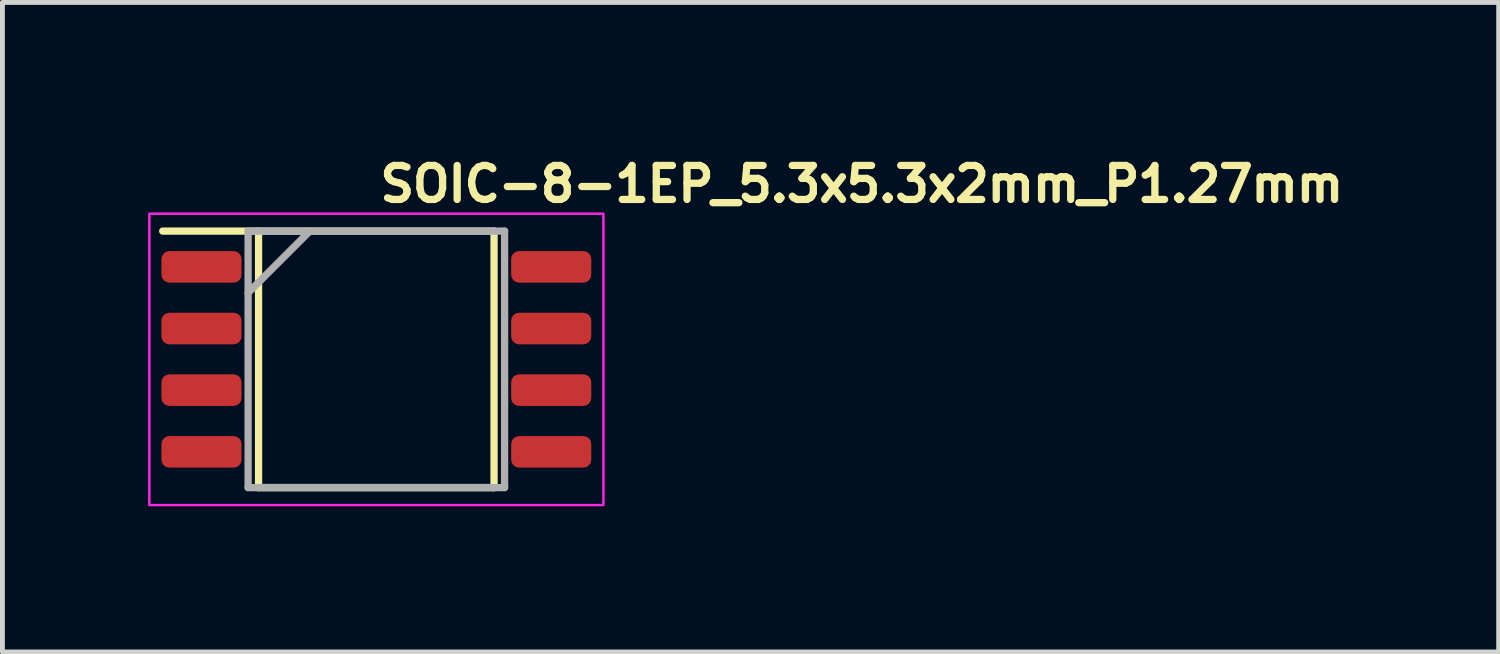
<source format=kicad_pcb>
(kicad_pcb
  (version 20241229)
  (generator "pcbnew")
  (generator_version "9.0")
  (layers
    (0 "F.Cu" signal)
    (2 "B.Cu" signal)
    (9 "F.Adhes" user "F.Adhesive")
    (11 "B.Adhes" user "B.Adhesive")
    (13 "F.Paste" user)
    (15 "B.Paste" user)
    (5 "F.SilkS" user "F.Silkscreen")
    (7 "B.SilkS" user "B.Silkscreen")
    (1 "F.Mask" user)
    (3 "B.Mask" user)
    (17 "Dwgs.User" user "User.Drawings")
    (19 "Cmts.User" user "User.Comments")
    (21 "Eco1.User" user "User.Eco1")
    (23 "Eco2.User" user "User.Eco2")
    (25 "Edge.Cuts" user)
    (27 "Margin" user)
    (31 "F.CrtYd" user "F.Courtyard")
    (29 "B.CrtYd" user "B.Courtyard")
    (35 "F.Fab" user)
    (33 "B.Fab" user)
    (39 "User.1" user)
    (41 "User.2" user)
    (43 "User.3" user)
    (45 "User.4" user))
  (footprint "SOIC-8-1EP_5.3x5.3x2mm_P1.27mm"
    (layer "F.Cu")
    (at 4.7 4.35)
    (property "Reference" "SOIC-8-1EP_5.3x5.3x2mm_P1.27mm" (at -0.002 -3.2 0) (layer "F.SilkS") (effects (font (size 0.7 0.7) (thickness 0.15)) (justify left bottom)))
    (attr smd)
    (fp_line (start -4.4 -2.641) (end 2.423 -2.641) (stroke (width 0.15) (type solid)) (layer "F.SilkS"))
    (fp_line (start -2.426 2.64) (end -2.426 -2.641) (stroke (width 0.15) (type solid)) (layer "F.SilkS"))
    (fp_line (start 2.423 -2.641) (end 2.423 2.64) (stroke (width 0.15) (type solid)) (layer "F.SilkS"))
    (fp_line (start 2.423 2.64) (end -2.426 2.64) (stroke (width 0.15) (type solid)) (layer "F.SilkS"))
    (fp_rect (start 4.675 -3) (end -4.675 3) (stroke (width 0.05) (type solid)) (fill no) (layer "F.CrtYd"))
    (fp_line (start -2.641 -2.641) (end 2.64 -2.641) (stroke (width 0.15) (type solid)) (layer "F.Fab"))
    (fp_line (start -2.641 -1.371) (end -1.371 -2.641) (stroke (width 0.15) (type solid)) (layer "F.Fab"))
    (fp_line (start -2.641 2.64) (end -2.641 -2.641) (stroke (width 0.15) (type solid)) (layer "F.Fab"))
    (fp_line (start 2.64 -2.641) (end 2.64 2.64) (stroke (width 0.15) (type solid)) (layer "F.Fab"))
    (fp_line (start 2.64 2.64) (end -2.641 2.64) (stroke (width 0.15) (type solid)) (layer "F.Fab"))
    (fp_rect (start -3.951 -2.617) (end 3.95 2.615) (stroke (width 0.1) (type solid)) (fill no) (layer "User.5"))
    (fp_line (start -3.951 -2.113) (end -3.604 -2.113) (stroke (width 0.02) (type solid)) (layer "User.9"))
    (fp_line (start -3.951 -1.698) (end -3.951 -2.113) (stroke (width 0.02) (type solid)) (layer "User.9"))
    (fp_line (start -3.951 -1.698) (end -3.604 -1.698) (stroke (width 0.02) (type solid)) (layer "User.9"))
    (fp_line (start -3.951 -0.843) (end -3.604 -0.843) (stroke (width 0.02) (type solid)) (layer "User.9"))
    (fp_line (start -3.951 -0.428) (end -3.951 -0.843) (stroke (width 0.02) (type solid)) (layer "User.9"))
    (fp_line (start -3.951 -0.428) (end -3.604 -0.428) (stroke (width 0.02) (type solid)) (layer "User.9"))
    (fp_line (start -3.951 0.426) (end -3.604 0.426) (stroke (width 0.02) (type solid)) (layer "User.9"))
    (fp_line (start -3.951 0.841) (end -3.951 0.426) (stroke (width 0.02) (type solid)) (layer "User.9"))
    (fp_line (start -3.951 0.841) (end -3.604 0.841) (stroke (width 0.02) (type solid)) (layer "User.9"))
    (fp_line (start -3.951 1.697) (end -3.604 1.697) (stroke (width 0.02) (type solid)) (layer "User.9"))
    (fp_line (start -3.951 2.112) (end -3.951 1.697) (stroke (width 0.02) (type solid)) (layer "User.9"))
    (fp_line (start -3.951 2.112) (end -3.604 2.112) (stroke (width 0.02) (type solid)) (layer "User.9"))
    (fp_line (start -3.604 -2.113) (end -3.521 -2.113) (stroke (width 0.02) (type solid)) (layer "User.9"))
    (fp_line (start -3.604 -1.698) (end -3.521 -1.698) (stroke (width 0.02) (type solid)) (layer "User.9"))
    (fp_line (start -3.604 -0.843) (end -3.521 -0.843) (stroke (width 0.02) (type solid)) (layer "User.9"))
    (fp_line (start -3.604 -0.428) (end -3.521 -0.428) (stroke (width 0.02) (type solid)) (layer "User.9"))
    (fp_line (start -3.604 0.426) (end -3.521 0.426) (stroke (width 0.02) (type solid)) (layer "User.9"))
    (fp_line (start -3.604 0.841) (end -3.521 0.841) (stroke (width 0.02) (type solid)) (layer "User.9"))
    (fp_line (start -3.604 1.697) (end -3.521 1.697) (stroke (width 0.02) (type solid)) (layer "User.9"))
    (fp_line (start -3.604 2.112) (end -3.521 2.112) (stroke (width 0.02) (type solid)) (layer "User.9"))
    (fp_line (start -3.521 -2.113) (end -2.811 -2.113) (stroke (width 0.02) (type solid)) (layer "User.9"))
    (fp_line (start -3.521 -1.698) (end -2.811 -1.698) (stroke (width 0.02) (type solid)) (layer "User.9"))
    (fp_line (start -3.521 -0.843) (end -2.811 -0.843) (stroke (width 0.02) (type solid)) (layer "User.9"))
    (fp_line (start -3.521 -0.428) (end -2.811 -0.428) (stroke (width 0.02) (type solid)) (layer "User.9"))
    (fp_line (start -3.521 0.426) (end -2.811 0.426) (stroke (width 0.02) (type solid)) (layer "User.9"))
    (fp_line (start -3.521 0.841) (end -2.811 0.841) (stroke (width 0.02) (type solid)) (layer "User.9"))
    (fp_line (start -3.521 1.697) (end -2.811 1.697) (stroke (width 0.02) (type solid)) (layer "User.9"))
    (fp_line (start -3.521 2.112) (end -2.811 2.112) (stroke (width 0.02) (type solid)) (layer "User.9"))
    (fp_line (start -2.811 -2.113) (end -2.73 -2.113) (stroke (width 0.02) (type solid)) (layer "User.9"))
    (fp_line (start -2.811 -1.698) (end -2.73 -1.698) (stroke (width 0.02) (type solid)) (layer "User.9"))
    (fp_line (start -2.811 -0.843) (end -2.73 -0.843) (stroke (width 0.02) (type solid)) (layer "User.9"))
    (fp_line (start -2.811 -0.428) (end -2.73 -0.428) (stroke (width 0.02) (type solid)) (layer "User.9"))
    (fp_line (start -2.811 0.426) (end -2.73 0.426) (stroke (width 0.02) (type solid)) (layer "User.9"))
    (fp_line (start -2.811 0.841) (end -2.73 0.841) (stroke (width 0.02) (type solid)) (layer "User.9"))
    (fp_line (start -2.811 1.697) (end -2.73 1.697) (stroke (width 0.02) (type solid)) (layer "User.9"))
    (fp_line (start -2.811 2.112) (end -2.73 2.112) (stroke (width 0.02) (type solid)) (layer "User.9"))
    (fp_line (start -2.73 -2.113) (end -2.617 -2.113) (stroke (width 0.02) (type solid)) (layer "User.9"))
    (fp_line (start -2.73 -1.698) (end -2.617 -1.698) (stroke (width 0.02) (type solid)) (layer "User.9"))
    (fp_line (start -2.73 -0.843) (end -2.617 -0.843) (stroke (width 0.02) (type solid)) (layer "User.9"))
    (fp_line (start -2.73 -0.428) (end -2.617 -0.428) (stroke (width 0.02) (type solid)) (layer "User.9"))
    (fp_line (start -2.73 0.426) (end -2.617 0.426) (stroke (width 0.02) (type solid)) (layer "User.9"))
    (fp_line (start -2.73 0.841) (end -2.617 0.841) (stroke (width 0.02) (type solid)) (layer "User.9"))
    (fp_line (start -2.73 1.697) (end -2.617 1.697) (stroke (width 0.02) (type solid)) (layer "User.9"))
    (fp_line (start -2.73 2.112) (end -2.617 2.112) (stroke (width 0.02) (type solid)) (layer "User.9"))
    (fp_line (start -2.617 -2.617) (end -2.493 -2.493) (stroke (width 0.02) (type solid)) (layer "User.9"))
    (fp_line (start -2.617 -2.617) (end 2.615 -2.617) (stroke (width 0.02) (type solid)) (layer "User.9"))
    (fp_line (start -2.617 -1.698) (end -2.617 -2.113) (stroke (width 0.02) (type solid)) (layer "User.9"))
    (fp_line (start -2.617 -0.428) (end -2.617 -0.843) (stroke (width 0.02) (type solid)) (layer "User.9"))
    (fp_line (start -2.617 0.841) (end -2.617 0.426) (stroke (width 0.02) (type solid)) (layer "User.9"))
    (fp_line (start -2.617 2.112) (end -2.617 1.697) (stroke (width 0.02) (type solid)) (layer "User.9"))
    (fp_line (start -2.617 2.615) (end -2.617 -2.617) (stroke (width 0.02) (type solid)) (layer "User.9"))
    (fp_line (start -2.617 2.615) (end -2.493 2.491) (stroke (width 0.02) (type solid)) (layer "User.9"))
    (fp_line (start -2.617 2.615) (end 2.615 2.615) (stroke (width 0.02) (type solid)) (layer "User.9"))
    (fp_line (start -2.493 -2.493) (end -2.424 -2.424) (stroke (width 0.02) (type solid)) (layer "User.9"))
    (fp_line (start -2.493 2.491) (end -2.424 2.422) (stroke (width 0.02) (type solid)) (layer "User.9"))
    (fp_line (start -2.089 -1.762) (end -2.089 -1.762) (stroke (width 0.02) (type solid)) (layer "User.9"))
    (fp_line (start -2.089 -1.762) (end -2.088 -1.744) (stroke (width 0.02) (type solid)) (layer "User.9"))
    (fp_line (start -2.088 -1.778) (end -2.089 -1.762) (stroke (width 0.02) (type solid)) (layer "User.9"))
    (fp_line (start -2.088 -1.744) (end -2.086 -1.728) (stroke (width 0.02) (type solid)) (layer "User.9"))
    (fp_line (start -2.086 -1.795) (end -2.088 -1.778) (stroke (width 0.02) (type solid)) (layer "User.9"))
    (fp_line (start -2.086 -1.728) (end -2.085 -1.712) (stroke (width 0.02) (type solid)) (layer "User.9"))
    (fp_line (start -2.085 -1.811) (end -2.086 -1.795) (stroke (width 0.02) (type solid)) (layer "User.9"))
    (fp_line (start -2.085 -1.712) (end -2.081 -1.696) (stroke (width 0.02) (type solid)) (layer "User.9"))
    (fp_line (start -2.081 -1.827) (end -2.085 -1.811) (stroke (width 0.02) (type solid)) (layer "User.9"))
    (fp_line (start -2.081 -1.696) (end -2.078 -1.68) (stroke (width 0.02) (type solid)) (layer "User.9"))
    (fp_line (start -2.078 -1.843) (end -2.081 -1.827) (stroke (width 0.02) (type solid)) (layer "User.9"))
    (fp_line (start -2.078 -1.68) (end -2.073 -1.665) (stroke (width 0.02) (type solid)) (layer "User.9"))
    (fp_line (start -2.073 -1.859) (end -2.078 -1.843) (stroke (width 0.02) (type solid)) (layer "User.9"))
    (fp_line (start -2.073 -1.665) (end -2.069 -1.649) (stroke (width 0.02) (type solid)) (layer "User.9"))
    (fp_line (start -2.069 -1.873) (end -2.073 -1.859) (stroke (width 0.02) (type solid)) (layer "User.9"))
    (fp_line (start -2.069 -1.649) (end -2.062 -1.635) (stroke (width 0.02) (type solid)) (layer "User.9"))
    (fp_line (start -2.062 -1.889) (end -2.069 -1.873) (stroke (width 0.02) (type solid)) (layer "User.9"))
    (fp_line (start -2.062 -1.635) (end -2.057 -1.619) (stroke (width 0.02) (type solid)) (layer "User.9"))
    (fp_line (start -2.057 -1.903) (end -2.062 -1.889) (stroke (width 0.02) (type solid)) (layer "User.9"))
    (fp_line (start -2.057 -1.619) (end -2.048 -1.605) (stroke (width 0.02) (type solid)) (layer "User.9"))
    (fp_line (start -2.048 -1.917) (end -2.057 -1.903) (stroke (width 0.02) (type solid)) (layer "User.9"))
    (fp_line (start -2.048 -1.605) (end -2.041 -1.593) (stroke (width 0.02) (type solid)) (layer "User.9"))
    (fp_line (start -2.041 -1.93) (end -2.048 -1.917) (stroke (width 0.02) (type solid)) (layer "User.9"))
    (fp_line (start -2.041 -1.593) (end -2.032 -1.579) (stroke (width 0.02) (type solid)) (layer "User.9"))
    (fp_line (start -2.032 -1.944) (end -2.041 -1.93) (stroke (width 0.02) (type solid)) (layer "User.9"))
    (fp_line (start -2.032 -1.579) (end -2.024 -1.565) (stroke (width 0.02) (type solid)) (layer "User.9"))
    (fp_line (start -2.024 -1.958) (end -2.032 -1.944) (stroke (width 0.02) (type solid)) (layer "User.9"))
    (fp_line (start -2.024 -1.565) (end -2.013 -1.553) (stroke (width 0.02) (type solid)) (layer "User.9"))
    (fp_line (start -2.013 -1.97) (end -2.024 -1.958) (stroke (width 0.02) (type solid)) (layer "User.9"))
    (fp_line (start -2.013 -1.553) (end -2.004 -1.541) (stroke (width 0.02) (type solid)) (layer "User.9"))
    (fp_line (start -2.004 -1.982) (end -2.013 -1.97) (stroke (width 0.02) (type solid)) (layer "User.9"))
    (fp_line (start -2.004 -1.541) (end -1.992 -1.53) (stroke (width 0.02) (type solid)) (layer "User.9"))
    (fp_line (start -1.992 -1.992) (end -2.004 -1.982) (stroke (width 0.02) (type solid)) (layer "User.9"))
    (fp_line (start -1.992 -1.53) (end -1.982 -1.52) (stroke (width 0.02) (type solid)) (layer "User.9"))
    (fp_line (start -1.982 -2.004) (end -1.992 -1.992) (stroke (width 0.02) (type solid)) (layer "User.9"))
    (fp_line (start -1.982 -1.52) (end -1.97 -1.51) (stroke (width 0.02) (type solid)) (layer "User.9"))
    (fp_line (start -1.97 -2.013) (end -1.982 -2.004) (stroke (width 0.02) (type solid)) (layer "User.9"))
    (fp_line (start -1.97 -1.51) (end -1.958 -1.5) (stroke (width 0.02) (type solid)) (layer "User.9"))
    (fp_line (start -1.958 -2.024) (end -1.97 -2.013) (stroke (width 0.02) (type solid)) (layer "User.9"))
    (fp_line (start -1.958 -1.5) (end -1.944 -1.49) (stroke (width 0.02) (type solid)) (layer "User.9"))
    (fp_line (start -1.944 -2.032) (end -1.958 -2.024) (stroke (width 0.02) (type solid)) (layer "User.9"))
    (fp_line (start -1.944 -1.49) (end -1.93 -1.482) (stroke (width 0.02) (type solid)) (layer "User.9"))
    (fp_line (start -1.93 -2.041) (end -1.944 -2.032) (stroke (width 0.02) (type solid)) (layer "User.9"))
    (fp_line (start -1.93 -1.482) (end -1.917 -1.474) (stroke (width 0.02) (type solid)) (layer "User.9"))
    (fp_line (start -1.917 -2.048) (end -1.93 -2.041) (stroke (width 0.02) (type solid)) (layer "User.9"))
    (fp_line (start -1.917 -1.474) (end -1.903 -1.466) (stroke (width 0.02) (type solid)) (layer "User.9"))
    (fp_line (start -1.903 -2.057) (end -1.917 -2.048) (stroke (width 0.02) (type solid)) (layer "User.9"))
    (fp_line (start -1.903 -1.466) (end -1.889 -1.46) (stroke (width 0.02) (type solid)) (layer "User.9"))
    (fp_line (start -1.889 -2.062) (end -1.903 -2.057) (stroke (width 0.02) (type solid)) (layer "User.9"))
    (fp_line (start -1.889 -1.46) (end -1.873 -1.454) (stroke (width 0.02) (type solid)) (layer "User.9"))
    (fp_line (start -1.873 -2.069) (end -1.889 -2.062) (stroke (width 0.02) (type solid)) (layer "User.9"))
    (fp_line (start -1.873 -1.454) (end -1.859 -1.45) (stroke (width 0.02) (type solid)) (layer "User.9"))
    (fp_line (start -1.859 -2.073) (end -1.873 -2.069) (stroke (width 0.02) (type solid)) (layer "User.9"))
    (fp_line (start -1.859 -1.45) (end -1.843 -1.444) (stroke (width 0.02) (type solid)) (layer "User.9"))
    (fp_line (start -1.843 -2.078) (end -1.859 -2.073) (stroke (width 0.02) (type solid)) (layer "User.9"))
    (fp_line (start -1.843 -1.444) (end -1.827 -1.442) (stroke (width 0.02) (type solid)) (layer "User.9"))
    (fp_line (start -1.827 -2.081) (end -1.843 -2.078) (stroke (width 0.02) (type solid)) (layer "User.9"))
    (fp_line (start -1.827 -1.442) (end -1.811 -1.438) (stroke (width 0.02) (type solid)) (layer "User.9"))
    (fp_line (start -1.811 -2.085) (end -1.827 -2.081) (stroke (width 0.02) (type solid)) (layer "User.9"))
    (fp_line (start -1.811 -1.438) (end -1.795 -1.436) (stroke (width 0.02) (type solid)) (layer "User.9"))
    (fp_line (start -1.795 -2.086) (end -1.811 -2.085) (stroke (width 0.02) (type solid)) (layer "User.9"))
    (fp_line (start -1.795 -1.436) (end -1.778 -1.436) (stroke (width 0.02) (type solid)) (layer "User.9"))
    (fp_line (start -1.778 -2.088) (end -1.795 -2.086) (stroke (width 0.02) (type solid)) (layer "User.9"))
    (fp_line (start -1.778 -1.436) (end -1.762 -1.434) (stroke (width 0.02) (type solid)) (layer "User.9"))
    (fp_line (start -1.762 -2.089) (end -1.778 -2.088) (stroke (width 0.02) (type solid)) (layer "User.9"))
    (fp_line (start -1.762 -2.089) (end -1.762 -2.089) (stroke (width 0.02) (type solid)) (layer "User.9"))
    (fp_line (start -1.762 -1.434) (end -1.762 -1.434) (stroke (width 0.02) (type solid)) (layer "User.9"))
    (fp_line (start -1.762 -1.434) (end -1.744 -1.436) (stroke (width 0.02) (type solid)) (layer "User.9"))
    (fp_line (start -1.744 -2.088) (end -1.762 -2.089) (stroke (width 0.02) (type solid)) (layer "User.9"))
    (fp_line (start -1.744 -1.436) (end -1.728 -1.436) (stroke (width 0.02) (type solid)) (layer "User.9"))
    (fp_line (start -1.728 -2.086) (end -1.744 -2.088) (stroke (width 0.02) (type solid)) (layer "User.9"))
    (fp_line (start -1.728 -1.436) (end -1.712 -1.438) (stroke (width 0.02) (type solid)) (layer "User.9"))
    (fp_line (start -1.712 -2.085) (end -1.728 -2.086) (stroke (width 0.02) (type solid)) (layer "User.9"))
    (fp_line (start -1.712 -1.438) (end -1.696 -1.442) (stroke (width 0.02) (type solid)) (layer "User.9"))
    (fp_line (start -1.696 -2.081) (end -1.712 -2.085) (stroke (width 0.02) (type solid)) (layer "User.9"))
    (fp_line (start -1.696 -1.442) (end -1.68 -1.444) (stroke (width 0.02) (type solid)) (layer "User.9"))
    (fp_line (start -1.68 -2.078) (end -1.696 -2.081) (stroke (width 0.02) (type solid)) (layer "User.9"))
    (fp_line (start -1.68 -1.444) (end -1.665 -1.45) (stroke (width 0.02) (type solid)) (layer "User.9"))
    (fp_line (start -1.665 -2.073) (end -1.68 -2.078) (stroke (width 0.02) (type solid)) (layer "User.9"))
    (fp_line (start -1.665 -1.45) (end -1.649 -1.454) (stroke (width 0.02) (type solid)) (layer "User.9"))
    (fp_line (start -1.649 -2.069) (end -1.665 -2.073) (stroke (width 0.02) (type solid)) (layer "User.9"))
    (fp_line (start -1.649 -1.454) (end -1.635 -1.46) (stroke (width 0.02) (type solid)) (layer "User.9"))
    (fp_line (start -1.635 -2.062) (end -1.649 -2.069) (stroke (width 0.02) (type solid)) (layer "User.9"))
    (fp_line (start -1.635 -1.46) (end -1.619 -1.466) (stroke (width 0.02) (type solid)) (layer "User.9"))
    (fp_line (start -1.619 -2.057) (end -1.635 -2.062) (stroke (width 0.02) (type solid)) (layer "User.9"))
    (fp_line (start -1.619 -1.466) (end -1.605 -1.474) (stroke (width 0.02) (type solid)) (layer "User.9"))
    (fp_line (start -1.605 -2.048) (end -1.619 -2.057) (stroke (width 0.02) (type solid)) (layer "User.9"))
    (fp_line (start -1.605 -1.474) (end -1.593 -1.482) (stroke (width 0.02) (type solid)) (layer "User.9"))
    (fp_line (start -1.593 -2.041) (end -1.605 -2.048) (stroke (width 0.02) (type solid)) (layer "User.9"))
    (fp_line (start -1.593 -1.482) (end -1.579 -1.49) (stroke (width 0.02) (type solid)) (layer "User.9"))
    (fp_line (start -1.579 -2.032) (end -1.593 -2.041) (stroke (width 0.02) (type solid)) (layer "User.9"))
    (fp_line (start -1.579 -1.49) (end -1.565 -1.5) (stroke (width 0.02) (type solid)) (layer "User.9"))
    (fp_line (start -1.565 -2.024) (end -1.579 -2.032) (stroke (width 0.02) (type solid)) (layer "User.9"))
    (fp_line (start -1.565 -1.5) (end -1.553 -1.51) (stroke (width 0.02) (type solid)) (layer "User.9"))
    (fp_line (start -1.553 -2.013) (end -1.565 -2.024) (stroke (width 0.02) (type solid)) (layer "User.9"))
    (fp_line (start -1.553 -1.51) (end -1.541 -1.52) (stroke (width 0.02) (type solid)) (layer "User.9"))
    (fp_line (start -1.541 -2.004) (end -1.553 -2.013) (stroke (width 0.02) (type solid)) (layer "User.9"))
    (fp_line (start -1.541 -1.52) (end -1.53 -1.53) (stroke (width 0.02) (type solid)) (layer "User.9"))
    (fp_line (start -1.53 -1.992) (end -1.541 -2.004) (stroke (width 0.02) (type solid)) (layer "User.9"))
    (fp_line (start -1.53 -1.53) (end -1.52 -1.541) (stroke (width 0.02) (type solid)) (layer "User.9"))
    (fp_line (start -1.52 -1.982) (end -1.53 -1.992) (stroke (width 0.02) (type solid)) (layer "User.9"))
    (fp_line (start -1.52 -1.541) (end -1.51 -1.553) (stroke (width 0.02) (type solid)) (layer "User.9"))
    (fp_line (start -1.51 -1.97) (end -1.52 -1.982) (stroke (width 0.02) (type solid)) (layer "User.9"))
    (fp_line (start -1.51 -1.553) (end -1.5 -1.565) (stroke (width 0.02) (type solid)) (layer "User.9"))
    (fp_line (start -1.5 -1.958) (end -1.51 -1.97) (stroke (width 0.02) (type solid)) (layer "User.9"))
    (fp_line (start -1.5 -1.565) (end -1.49 -1.579) (stroke (width 0.02) (type solid)) (layer "User.9"))
    (fp_line (start -1.49 -1.944) (end -1.5 -1.958) (stroke (width 0.02) (type solid)) (layer "User.9"))
    (fp_line (start -1.49 -1.579) (end -1.482 -1.593) (stroke (width 0.02) (type solid)) (layer "User.9"))
    (fp_line (start -1.482 -1.93) (end -1.49 -1.944) (stroke (width 0.02) (type solid)) (layer "User.9"))
    (fp_line (start -1.482 -1.593) (end -1.474 -1.605) (stroke (width 0.02) (type solid)) (layer "User.9"))
    (fp_line (start -1.474 -1.917) (end -1.482 -1.93) (stroke (width 0.02) (type solid)) (layer "User.9"))
    (fp_line (start -1.474 -1.605) (end -1.466 -1.619) (stroke (width 0.02) (type solid)) (layer "User.9"))
    (fp_line (start -1.466 -1.903) (end -1.474 -1.917) (stroke (width 0.02) (type solid)) (layer "User.9"))
    (fp_line (start -1.466 -1.619) (end -1.46 -1.635) (stroke (width 0.02) (type solid)) (layer "User.9"))
    (fp_line (start -1.46 -1.889) (end -1.466 -1.903) (stroke (width 0.02) (type solid)) (layer "User.9"))
    (fp_line (start -1.46 -1.635) (end -1.454 -1.649) (stroke (width 0.02) (type solid)) (layer "User.9"))
    (fp_line (start -1.454 -1.873) (end -1.46 -1.889) (stroke (width 0.02) (type solid)) (layer "User.9"))
    (fp_line (start -1.454 -1.649) (end -1.45 -1.665) (stroke (width 0.02) (type solid)) (layer "User.9"))
    (fp_line (start -1.45 -1.859) (end -1.454 -1.873) (stroke (width 0.02) (type solid)) (layer "User.9"))
    (fp_line (start -1.45 -1.665) (end -1.444 -1.68) (stroke (width 0.02) (type solid)) (layer "User.9"))
    (fp_line (start -1.444 -1.843) (end -1.45 -1.859) (stroke (width 0.02) (type solid)) (layer "User.9"))
    (fp_line (start -1.444 -1.68) (end -1.442 -1.696) (stroke (width 0.02) (type solid)) (layer "User.9"))
    (fp_line (start -1.442 -1.827) (end -1.444 -1.843) (stroke (width 0.02) (type solid)) (layer "User.9"))
    (fp_line (start -1.442 -1.696) (end -1.438 -1.712) (stroke (width 0.02) (type solid)) (layer "User.9"))
    (fp_line (start -1.438 -1.811) (end -1.442 -1.827) (stroke (width 0.02) (type solid)) (layer "User.9"))
    (fp_line (start -1.438 -1.712) (end -1.436 -1.728) (stroke (width 0.02) (type solid)) (layer "User.9"))
    (fp_line (start -1.436 -1.795) (end -1.438 -1.811) (stroke (width 0.02) (type solid)) (layer "User.9"))
    (fp_line (start -1.436 -1.778) (end -1.436 -1.795) (stroke (width 0.02) (type solid)) (layer "User.9"))
    (fp_line (start -1.436 -1.744) (end -1.434 -1.762) (stroke (width 0.02) (type solid)) (layer "User.9"))
    (fp_line (start -1.436 -1.728) (end -1.436 -1.744) (stroke (width 0.02) (type solid)) (layer "User.9"))
    (fp_line (start -1.434 -1.762) (end -1.436 -1.778) (stroke (width 0.02) (type solid)) (layer "User.9"))
    (fp_line (start -1.434 -1.762) (end -1.434 -1.762) (stroke (width 0.02) (type solid)) (layer "User.9"))
    (fp_line (start -1.434 -1.762) (end -1.434 -1.762) (stroke (width 0.02) (type solid)) (layer "User.9"))
    (fp_line (start 2.422 -2.424) (end 2.491 -2.493) (stroke (width 0.02) (type solid)) (layer "User.9"))
    (fp_line (start 2.491 2.491) (end 2.422 2.422) (stroke (width 0.02) (type solid)) (layer "User.9"))
    (fp_line (start 2.615 -2.617) (end 2.491 -2.493) (stroke (width 0.02) (type solid)) (layer "User.9"))
    (fp_line (start 2.615 -2.113) (end 2.728 -2.113) (stroke (width 0.02) (type solid)) (layer "User.9"))
    (fp_line (start 2.615 -1.698) (end 2.615 -2.113) (stroke (width 0.02) (type solid)) (layer "User.9"))
    (fp_line (start 2.615 -1.698) (end 2.728 -1.698) (stroke (width 0.02) (type solid)) (layer "User.9"))
    (fp_line (start 2.615 -0.843) (end 2.728 -0.843) (stroke (width 0.02) (type solid)) (layer "User.9"))
    (fp_line (start 2.615 -0.428) (end 2.615 -0.843) (stroke (width 0.02) (type solid)) (layer "User.9"))
    (fp_line (start 2.615 -0.428) (end 2.728 -0.428) (stroke (width 0.02) (type solid)) (layer "User.9"))
    (fp_line (start 2.615 0.426) (end 2.728 0.426) (stroke (width 0.02) (type solid)) (layer "User.9"))
    (fp_line (start 2.615 0.841) (end 2.615 0.426) (stroke (width 0.02) (type solid)) (layer "User.9"))
    (fp_line (start 2.615 0.841) (end 2.728 0.841) (stroke (width 0.02) (type solid)) (layer "User.9"))
    (fp_line (start 2.615 1.697) (end 2.728 1.697) (stroke (width 0.02) (type solid)) (layer "User.9"))
    (fp_line (start 2.615 2.112) (end 2.615 1.697) (stroke (width 0.02) (type solid)) (layer "User.9"))
    (fp_line (start 2.615 2.112) (end 2.728 2.112) (stroke (width 0.02) (type solid)) (layer "User.9"))
    (fp_line (start 2.615 2.615) (end 2.491 2.491) (stroke (width 0.02) (type solid)) (layer "User.9"))
    (fp_line (start 2.615 2.615) (end 2.615 -2.617) (stroke (width 0.02) (type solid)) (layer "User.9"))
    (fp_line (start 2.809 -2.113) (end 2.728 -2.113) (stroke (width 0.02) (type solid)) (layer "User.9"))
    (fp_line (start 2.809 -1.698) (end 2.728 -1.698) (stroke (width 0.02) (type solid)) (layer "User.9"))
    (fp_line (start 2.809 -0.843) (end 2.728 -0.843) (stroke (width 0.02) (type solid)) (layer "User.9"))
    (fp_line (start 2.809 -0.428) (end 2.728 -0.428) (stroke (width 0.02) (type solid)) (layer "User.9"))
    (fp_line (start 2.809 0.426) (end 2.728 0.426) (stroke (width 0.02) (type solid)) (layer "User.9"))
    (fp_line (start 2.809 0.841) (end 2.728 0.841) (stroke (width 0.02) (type solid)) (layer "User.9"))
    (fp_line (start 2.809 1.697) (end 2.728 1.697) (stroke (width 0.02) (type solid)) (layer "User.9"))
    (fp_line (start 2.809 2.112) (end 2.728 2.112) (stroke (width 0.02) (type solid)) (layer "User.9"))
    (fp_line (start 3.519 -2.113) (end 2.809 -2.113) (stroke (width 0.02) (type solid)) (layer "User.9"))
    (fp_line (start 3.519 -1.698) (end 2.809 -1.698) (stroke (width 0.02) (type solid)) (layer "User.9"))
    (fp_line (start 3.519 -0.843) (end 2.809 -0.843) (stroke (width 0.02) (type solid)) (layer "User.9"))
    (fp_line (start 3.519 -0.428) (end 2.809 -0.428) (stroke (width 0.02) (type solid)) (layer "User.9"))
    (fp_line (start 3.519 0.426) (end 2.809 0.426) (stroke (width 0.02) (type solid)) (layer "User.9"))
    (fp_line (start 3.519 0.841) (end 2.809 0.841) (stroke (width 0.02) (type solid)) (layer "User.9"))
    (fp_line (start 3.519 1.697) (end 2.809 1.697) (stroke (width 0.02) (type solid)) (layer "User.9"))
    (fp_line (start 3.519 2.112) (end 2.809 2.112) (stroke (width 0.02) (type solid)) (layer "User.9"))
    (fp_line (start 3.601 -2.113) (end 3.519 -2.113) (stroke (width 0.02) (type solid)) (layer "User.9"))
    (fp_line (start 3.601 -2.113) (end 3.95 -2.113) (stroke (width 0.02) (type solid)) (layer "User.9"))
    (fp_line (start 3.601 -1.698) (end 3.519 -1.698) (stroke (width 0.02) (type solid)) (layer "User.9"))
    (fp_line (start 3.601 -1.698) (end 3.95 -1.698) (stroke (width 0.02) (type solid)) (layer "User.9"))
    (fp_line (start 3.601 -0.843) (end 3.519 -0.843) (stroke (width 0.02) (type solid)) (layer "User.9"))
    (fp_line (start 3.601 -0.843) (end 3.95 -0.843) (stroke (width 0.02) (type solid)) (layer "User.9"))
    (fp_line (start 3.601 -0.428) (end 3.519 -0.428) (stroke (width 0.02) (type solid)) (layer "User.9"))
    (fp_line (start 3.601 -0.428) (end 3.95 -0.428) (stroke (width 0.02) (type solid)) (layer "User.9"))
    (fp_line (start 3.601 0.426) (end 3.519 0.426) (stroke (width 0.02) (type solid)) (layer "User.9"))
    (fp_line (start 3.601 0.426) (end 3.95 0.426) (stroke (width 0.02) (type solid)) (layer "User.9"))
    (fp_line (start 3.601 0.841) (end 3.519 0.841) (stroke (width 0.02) (type solid)) (layer "User.9"))
    (fp_line (start 3.601 0.841) (end 3.95 0.841) (stroke (width 0.02) (type solid)) (layer "User.9"))
    (fp_line (start 3.601 1.697) (end 3.519 1.697) (stroke (width 0.02) (type solid)) (layer "User.9"))
    (fp_line (start 3.601 1.697) (end 3.95 1.697) (stroke (width 0.02) (type solid)) (layer "User.9"))
    (fp_line (start 3.601 2.112) (end 3.519 2.112) (stroke (width 0.02) (type solid)) (layer "User.9"))
    (fp_line (start 3.601 2.112) (end 3.95 2.112) (stroke (width 0.02) (type solid)) (layer "User.9"))
    (fp_line (start 3.95 -1.698) (end 3.95 -2.113) (stroke (width 0.02) (type solid)) (layer "User.9"))
    (fp_line (start 3.95 -0.428) (end 3.95 -0.843) (stroke (width 0.02) (type solid)) (layer "User.9"))
    (fp_line (start 3.95 0.841) (end 3.95 0.426) (stroke (width 0.02) (type solid)) (layer "User.9"))
    (fp_line (start 3.95 2.112) (end 3.95 1.697) (stroke (width 0.02) (type solid)) (layer "User.9"))
    (pad "1" smd roundrect (at -3.601 -1.905 90) (size 0.65 1.65) (layers "F.Cu" "F.Mask" "F.Paste") (roundrect_rratio 0.25))
    (pad "2" smd roundrect (at -3.601 -0.635 90) (size 0.65 1.65) (layers "F.Cu" "F.Mask" "F.Paste") (roundrect_rratio 0.25))
    (pad "3" smd roundrect (at -3.601 0.633 90) (size 0.65 1.65) (layers "F.Cu" "F.Mask" "F.Paste") (roundrect_rratio 0.25))
    (pad "4" smd roundrect (at -3.601 1.904 90) (size 0.65 1.65) (layers "F.Cu" "F.Mask" "F.Paste") (roundrect_rratio 0.25))
    (pad "5" smd roundrect (at 3.6 1.904 90) (size 0.65 1.65) (layers "F.Cu" "F.Mask" "F.Paste") (roundrect_rratio 0.25))
    (pad "6" smd roundrect (at 3.6 0.633 90) (size 0.65 1.65) (layers "F.Cu" "F.Mask" "F.Paste") (roundrect_rratio 0.25))
    (pad "7" smd roundrect (at 3.6 -0.635 90) (size 0.65 1.65) (layers "F.Cu" "F.Mask" "F.Paste") (roundrect_rratio 0.25))
    (pad "8" smd roundrect (at 3.6 -1.905 90) (size 0.65 1.65) (layers "F.Cu" "F.Mask" "F.Paste") (roundrect_rratio 0.25)))
  (gr_rect
    (start -3 -3)
    (end 27.809 10.375)
    (stroke (width 0.1) (type default))
    (fill no)
    (layer "Edge.Cuts")))
</source>
